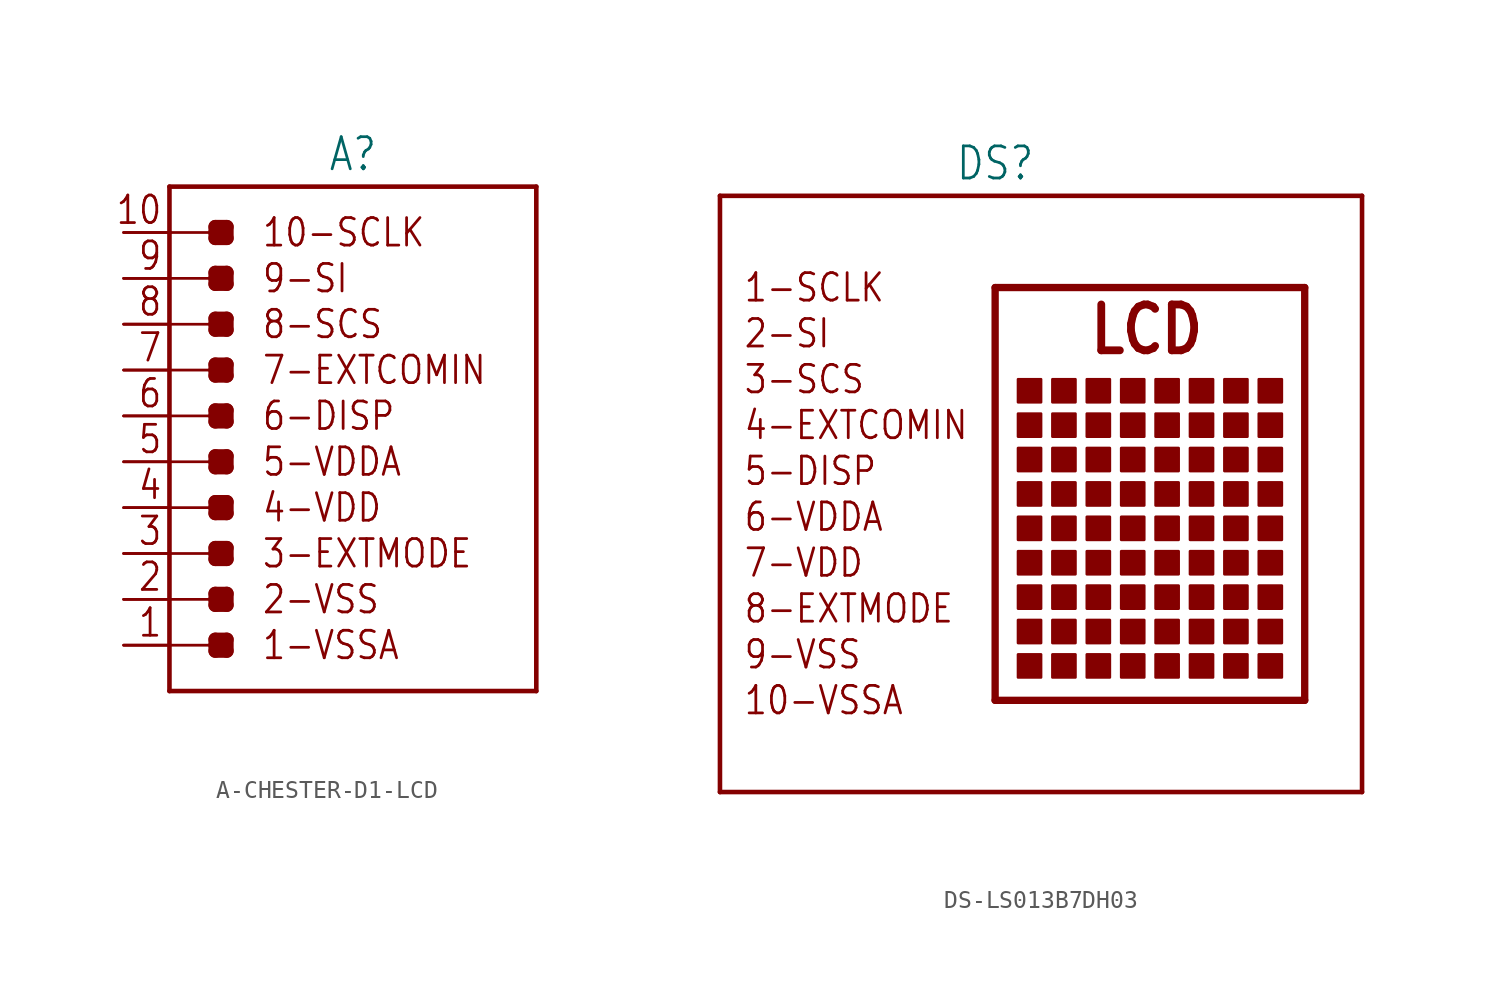
<source format=kicad_sym>
(kicad_symbol_lib
  (version 20231120)
  (generator "kicad_symbol_editor")
  (generator_version "8.0")
  (symbol "A-CHESTER-D1-LCD"
    (property "Reference" "A"
      (at 0 13.462 0)
      (effects (font (size 1.778 1.511)) (justify bottom)))
    (property "Value" ""
      (at 0 -16.002 0)
      (effects (font (size 1.778 1.511)) (justify top)))
    (property "ki_locked" ""
      (at 0 0 0)
      (effects (font (size 1.27 1.27))))
    (symbol "A-CHESTER-D1-LCD_1_0"
      (polyline (pts (xy -10.16 -12.7) (xy -7.62 -12.7)) (stroke (width 0.152) (type solid)) (fill (type none)))
      (polyline (pts (xy -10.16 -10.16) (xy -7.62 -10.16)) (stroke (width 0.152) (type solid)) (fill (type none)))
      (polyline (pts (xy -10.16 -7.62) (xy -7.62 -7.62)) (stroke (width 0.152) (type solid)) (fill (type none)))
      (polyline (pts (xy -10.16 -5.08) (xy -7.62 -5.08)) (stroke (width 0.152) (type solid)) (fill (type none)))
      (polyline (pts (xy -10.16 -2.54) (xy -7.62 -2.54)) (stroke (width 0.152) (type solid)) (fill (type none)))
      (polyline (pts (xy -10.16 0) (xy -7.62 0)) (stroke (width 0.152) (type solid)) (fill (type none)))
      (polyline (pts (xy -10.16 2.54) (xy -7.62 2.54)) (stroke (width 0.152) (type solid)) (fill (type none)))
      (polyline (pts (xy -10.16 5.08) (xy -7.62 5.08)) (stroke (width 0.152) (type solid)) (fill (type none)))
      (polyline (pts (xy -10.16 7.62) (xy -7.62 7.62)) (stroke (width 0.152) (type solid)) (fill (type none)))
      (polyline (pts (xy -10.16 10.16) (xy -10.16 -15.24)) (stroke (width 0.254) (type solid)) (fill (type none)))
      (polyline (pts (xy -10.16 10.16) (xy -7.62 10.16)) (stroke (width 0.152) (type solid)) (fill (type none)))
      (polyline (pts (xy -10.16 12.7) (xy -10.16 10.16)) (stroke (width 0.254) (type solid)) (fill (type none)))
      (polyline (pts (xy -10.16 12.7) (xy 10.16 12.7)) (stroke (width 0.254) (type solid)) (fill (type none)))
      (polyline (pts (xy -7.62 -13.018) (xy -6.985 -13.018)) (stroke (width 0.762) (type solid)) (fill (type none)))
      (polyline (pts (xy -7.62 -12.7) (xy -7.62 -13.018)) (stroke (width 0.762) (type solid)) (fill (type none)))
      (polyline (pts (xy -7.62 -12.383) (xy -7.62 -12.7)) (stroke (width 0.762) (type solid)) (fill (type none)))
      (polyline (pts (xy -7.62 -12.383) (xy -6.985 -12.383)) (stroke (width 0.762) (type solid)) (fill (type none)))
      (polyline (pts (xy -7.62 -10.477) (xy -6.985 -10.477)) (stroke (width 0.762) (type solid)) (fill (type none)))
      (polyline (pts (xy -7.62 -10.16) (xy -7.62 -10.477)) (stroke (width 0.762) (type solid)) (fill (type none)))
      (polyline (pts (xy -7.62 -9.842) (xy -7.62 -10.16)) (stroke (width 0.762) (type solid)) (fill (type none)))
      (polyline (pts (xy -7.62 -9.842) (xy -6.985 -9.842)) (stroke (width 0.762) (type solid)) (fill (type none)))
      (polyline (pts (xy -7.62 -7.938) (xy -6.985 -7.938)) (stroke (width 0.762) (type solid)) (fill (type none)))
      (polyline (pts (xy -7.62 -7.62) (xy -7.62 -7.938)) (stroke (width 0.762) (type solid)) (fill (type none)))
      (polyline (pts (xy -7.62 -7.303) (xy -7.62 -7.62)) (stroke (width 0.762) (type solid)) (fill (type none)))
      (polyline (pts (xy -7.62 -7.303) (xy -6.985 -7.303)) (stroke (width 0.762) (type solid)) (fill (type none)))
      (polyline (pts (xy -7.62 -5.397) (xy -6.985 -5.397)) (stroke (width 0.762) (type solid)) (fill (type none)))
      (polyline (pts (xy -7.62 -5.08) (xy -7.62 -5.397)) (stroke (width 0.762) (type solid)) (fill (type none)))
      (polyline (pts (xy -7.62 -4.763) (xy -7.62 -5.08)) (stroke (width 0.762) (type solid)) (fill (type none)))
      (polyline (pts (xy -7.62 -4.763) (xy -6.985 -4.763)) (stroke (width 0.762) (type solid)) (fill (type none)))
      (polyline (pts (xy -7.62 -2.857) (xy -6.985 -2.857)) (stroke (width 0.762) (type solid)) (fill (type none)))
      (polyline (pts (xy -7.62 -2.54) (xy -7.62 -2.857)) (stroke (width 0.762) (type solid)) (fill (type none)))
      (polyline (pts (xy -7.62 -2.223) (xy -7.62 -2.54)) (stroke (width 0.762) (type solid)) (fill (type none)))
      (polyline (pts (xy -7.62 -2.223) (xy -6.985 -2.223)) (stroke (width 0.762) (type solid)) (fill (type none)))
      (polyline (pts (xy -7.62 -0.318) (xy -6.985 -0.318)) (stroke (width 0.762) (type solid)) (fill (type none)))
      (polyline (pts (xy -7.62 0) (xy -7.62 -0.318)) (stroke (width 0.762) (type solid)) (fill (type none)))
      (polyline (pts (xy -7.62 0.318) (xy -7.62 0)) (stroke (width 0.762) (type solid)) (fill (type none)))
      (polyline (pts (xy -7.62 0.318) (xy -6.985 0.318)) (stroke (width 0.762) (type solid)) (fill (type none)))
      (polyline (pts (xy -7.62 2.223) (xy -6.985 2.223)) (stroke (width 0.762) (type solid)) (fill (type none)))
      (polyline (pts (xy -7.62 2.54) (xy -7.62 2.223)) (stroke (width 0.762) (type solid)) (fill (type none)))
      (polyline (pts (xy -7.62 2.857) (xy -7.62 2.54)) (stroke (width 0.762) (type solid)) (fill (type none)))
      (polyline (pts (xy -7.62 2.857) (xy -6.985 2.857)) (stroke (width 0.762) (type solid)) (fill (type none)))
      (polyline (pts (xy -7.62 4.763) (xy -6.985 4.763)) (stroke (width 0.762) (type solid)) (fill (type none)))
      (polyline (pts (xy -7.62 5.08) (xy -7.62 4.763)) (stroke (width 0.762) (type solid)) (fill (type none)))
      (polyline (pts (xy -7.62 5.397) (xy -7.62 5.08)) (stroke (width 0.762) (type solid)) (fill (type none)))
      (polyline (pts (xy -7.62 5.397) (xy -6.985 5.397)) (stroke (width 0.762) (type solid)) (fill (type none)))
      (polyline (pts (xy -7.62 7.303) (xy -6.985 7.303)) (stroke (width 0.762) (type solid)) (fill (type none)))
      (polyline (pts (xy -7.62 7.62) (xy -7.62 7.303)) (stroke (width 0.762) (type solid)) (fill (type none)))
      (polyline (pts (xy -7.62 7.938) (xy -7.62 7.62)) (stroke (width 0.762) (type solid)) (fill (type none)))
      (polyline (pts (xy -7.62 7.938) (xy -6.985 7.938)) (stroke (width 0.762) (type solid)) (fill (type none)))
      (polyline (pts (xy -7.62 9.842) (xy -6.985 9.842)) (stroke (width 0.762) (type solid)) (fill (type none)))
      (polyline (pts (xy -7.62 10.16) (xy -7.62 9.842)) (stroke (width 0.762) (type solid)) (fill (type none)))
      (polyline (pts (xy -7.62 10.477) (xy -7.62 10.16)) (stroke (width 0.762) (type solid)) (fill (type none)))
      (polyline (pts (xy -7.62 10.477) (xy -6.985 10.477)) (stroke (width 0.762) (type solid)) (fill (type none)))
      (polyline (pts (xy -6.985 -13.018) (xy -6.985 -12.383)) (stroke (width 0.762) (type solid)) (fill (type none)))
      (polyline (pts (xy -6.985 -10.477) (xy -6.985 -9.842)) (stroke (width 0.762) (type solid)) (fill (type none)))
      (polyline (pts (xy -6.985 -7.938) (xy -6.985 -7.303)) (stroke (width 0.762) (type solid)) (fill (type none)))
      (polyline (pts (xy -6.985 -5.397) (xy -6.985 -4.763)) (stroke (width 0.762) (type solid)) (fill (type none)))
      (polyline (pts (xy -6.985 -2.857) (xy -6.985 -2.223)) (stroke (width 0.762) (type solid)) (fill (type none)))
      (polyline (pts (xy -6.985 -0.318) (xy -6.985 0.318)) (stroke (width 0.762) (type solid)) (fill (type none)))
      (polyline (pts (xy -6.985 2.223) (xy -6.985 2.857)) (stroke (width 0.762) (type solid)) (fill (type none)))
      (polyline (pts (xy -6.985 4.763) (xy -6.985 5.397)) (stroke (width 0.762) (type solid)) (fill (type none)))
      (polyline (pts (xy -6.985 7.303) (xy -6.985 7.938)) (stroke (width 0.762) (type solid)) (fill (type none)))
      (polyline (pts (xy -6.985 9.842) (xy -6.985 10.477)) (stroke (width 0.762) (type solid)) (fill (type none)))
      (polyline (pts (xy 10.16 -15.24) (xy -10.16 -15.24)) (stroke (width 0.254) (type solid)) (fill (type none)))
      (polyline (pts (xy 10.16 12.7) (xy 10.16 -15.24)) (stroke (width 0.254) (type solid)) (fill (type none)))
      (text "1" (at -10.516 -12.344 0) (effects (font (size 1.524 1.295)) (justify right bottom)))
      (text "1-VSSA" (at -5.08 -12.7 0) (effects (font (size 1.524 1.295)) (justify left)))
      (text "10" (at -10.516 10.516 0) (effects (font (size 1.524 1.295)) (justify right bottom)))
      (text "10-SCLK" (at -5.08 10.16 0) (effects (font (size 1.524 1.295)) (justify left)))
      (text "2" (at -10.516 -9.804 0) (effects (font (size 1.524 1.295)) (justify right bottom)))
      (text "2-VSS" (at -5.08 -10.16 0) (effects (font (size 1.524 1.295)) (justify left)))
      (text "3" (at -10.516 -7.264 0) (effects (font (size 1.524 1.295)) (justify right bottom)))
      (text "3-EXTMODE" (at -5.08 -7.62 0) (effects (font (size 1.524 1.295)) (justify left)))
      (text "4" (at -10.516 -4.724 0) (effects (font (size 1.524 1.295)) (justify right bottom)))
      (text "4-VDD" (at -5.08 -5.08 0) (effects (font (size 1.524 1.295)) (justify left)))
      (text "5" (at -10.516 -2.184 0) (effects (font (size 1.524 1.295)) (justify right bottom)))
      (text "5-VDDA" (at -5.08 -2.54 0) (effects (font (size 1.524 1.295)) (justify left)))
      (text "6" (at -10.516 0.356 0) (effects (font (size 1.524 1.295)) (justify right bottom)))
      (text "6-DISP" (at -5.08 0 0) (effects (font (size 1.524 1.295)) (justify left)))
      (text "7" (at -10.516 2.896 0) (effects (font (size 1.524 1.295)) (justify right bottom)))
      (text "7-EXTCOMIN" (at -5.08 2.54 0) (effects (font (size 1.524 1.295)) (justify left)))
      (text "8" (at -10.516 5.436 0) (effects (font (size 1.524 1.295)) (justify right bottom)))
      (text "8-SCS" (at -5.08 5.08 0) (effects (font (size 1.524 1.295)) (justify left)))
      (text "9" (at -10.516 7.976 0) (effects (font (size 1.524 1.295)) (justify right bottom)))
      (text "9-SI" (at -5.08 7.62 0) (effects (font (size 1.524 1.295)) (justify left)))
      (pin passive line (at -12.7 10.16 0) (length 2.54) (name "10" (effects (font (size 0 0)))) (number "10A" (effects (font (size 0 0)))))
      (pin passive line (at -12.7 10.16 0) (length 2.54) (name "10" (effects (font (size 0 0)))) (number "10B" (effects (font (size 0 0)))))
      (pin passive line (at -12.7 -12.7 0) (length 2.54) (name "1" (effects (font (size 0 0)))) (number "1A" (effects (font (size 0 0)))))
      (pin passive line (at -12.7 -12.7 0) (length 2.54) (name "1" (effects (font (size 0 0)))) (number "1B" (effects (font (size 0 0)))))
      (pin passive line (at -12.7 -10.16 0) (length 2.54) (name "2" (effects (font (size 0 0)))) (number "2A" (effects (font (size 0 0)))))
      (pin passive line (at -12.7 -10.16 0) (length 2.54) (name "2" (effects (font (size 0 0)))) (number "2B" (effects (font (size 0 0)))))
      (pin passive line (at -12.7 -7.62 0) (length 2.54) (name "3" (effects (font (size 0 0)))) (number "3A" (effects (font (size 0 0)))))
      (pin passive line (at -12.7 -7.62 0) (length 2.54) (name "3" (effects (font (size 0 0)))) (number "3B" (effects (font (size 0 0)))))
      (pin passive line (at -12.7 -5.08 0) (length 2.54) (name "4" (effects (font (size 0 0)))) (number "4A" (effects (font (size 0 0)))))
      (pin passive line (at -12.7 -5.08 0) (length 2.54) (name "4" (effects (font (size 0 0)))) (number "4B" (effects (font (size 0 0)))))
      (pin passive line (at -12.7 -2.54 0) (length 2.54) (name "5" (effects (font (size 0 0)))) (number "5A" (effects (font (size 0 0)))))
      (pin passive line (at -12.7 -2.54 0) (length 2.54) (name "5" (effects (font (size 0 0)))) (number "5B" (effects (font (size 0 0)))))
      (pin passive line (at -12.7 0 0) (length 2.54) (name "6" (effects (font (size 0 0)))) (number "6A" (effects (font (size 0 0)))))
      (pin passive line (at -12.7 0 0) (length 2.54) (name "6" (effects (font (size 0 0)))) (number "6B" (effects (font (size 0 0)))))
      (pin passive line (at -12.7 2.54 0) (length 2.54) (name "7" (effects (font (size 0 0)))) (number "7A" (effects (font (size 0 0)))))
      (pin passive line (at -12.7 2.54 0) (length 2.54) (name "7" (effects (font (size 0 0)))) (number "7B" (effects (font (size 0 0)))))
      (pin passive line (at -12.7 5.08 0) (length 2.54) (name "8" (effects (font (size 0 0)))) (number "8A" (effects (font (size 0 0)))))
      (pin passive line (at -12.7 5.08 0) (length 2.54) (name "8" (effects (font (size 0 0)))) (number "8B" (effects (font (size 0 0)))))
      (pin passive line (at -12.7 7.62 0) (length 2.54) (name "9" (effects (font (size 0 0)))) (number "9A" (effects (font (size 0 0)))))
      (pin passive line (at -12.7 7.62 0) (length 2.54) (name "9" (effects (font (size 0 0)))) (number "9B" (effects (font (size 0 0)))))))
  (symbol "DS-LS013B7DH03"
    (property "Reference" "DS"
      (at 0 18.542 0)
      (effects (font (size 1.778 1.511)) (justify bottom)))
    (property "Value" ""
      (at 0 -16.002 0)
      (effects (font (size 1.778 1.511)) (justify top)))
    (property "ki_locked" ""
      (at 0 0 0)
      (effects (font (size 1.27 1.27))))
    (symbol "DS-LS013B7DH03_1_0"
      (polyline (pts (xy -15.24 -15.24) (xy -15.24 17.78)) (stroke (width 0.254) (type solid)) (fill (type none)))
      (polyline (pts (xy -15.24 17.78) (xy 20.32 17.78)) (stroke (width 0.254) (type solid)) (fill (type none)))
      (polyline (pts (xy 0 -10.16) (xy 17.145 -10.16)) (stroke (width 0.406) (type solid)) (fill (type none)))
      (polyline (pts (xy 0 12.7) (xy 0 -10.16)) (stroke (width 0.406) (type solid)) (fill (type none)))
      (polyline (pts (xy 17.145 -10.16) (xy 17.145 12.7)) (stroke (width 0.406) (type solid)) (fill (type none)))
      (polyline (pts (xy 17.145 12.7) (xy 0 12.7)) (stroke (width 0.406) (type solid)) (fill (type none)))
      (polyline (pts (xy 20.32 -15.24) (xy -15.24 -15.24)) (stroke (width 0.254) (type solid)) (fill (type none)))
      (polyline (pts (xy 20.32 17.78) (xy 20.32 -15.24)) (stroke (width 0.254) (type solid)) (fill (type none)))
      (rectangle (start 1.27 -8.89) (end 2.54 -7.62) (stroke (width 0) (type default)) (fill (type outline)))
      (rectangle (start 1.27 -6.985) (end 2.54 -5.715) (stroke (width 0) (type default)) (fill (type outline)))
      (rectangle (start 1.27 -5.08) (end 2.54 -3.81) (stroke (width 0) (type default)) (fill (type outline)))
      (rectangle (start 1.27 -3.175) (end 2.54 -1.905) (stroke (width 0) (type default)) (fill (type outline)))
      (rectangle (start 1.27 -1.27) (end 2.54 0) (stroke (width 0) (type default)) (fill (type outline)))
      (rectangle (start 1.27 0.635) (end 2.54 1.905) (stroke (width 0) (type default)) (fill (type outline)))
      (rectangle (start 1.27 2.54) (end 2.54 3.81) (stroke (width 0) (type default)) (fill (type outline)))
      (rectangle (start 1.27 4.445) (end 2.54 5.715) (stroke (width 0) (type default)) (fill (type outline)))
      (rectangle (start 1.27 6.35) (end 2.54 7.62) (stroke (width 0) (type default)) (fill (type outline)))
      (rectangle (start 3.175 -8.89) (end 4.445 -7.62) (stroke (width 0) (type default)) (fill (type outline)))
      (rectangle (start 3.175 -6.985) (end 4.445 -5.715) (stroke (width 0) (type default)) (fill (type outline)))
      (rectangle (start 3.175 -5.08) (end 4.445 -3.81) (stroke (width 0) (type default)) (fill (type outline)))
      (rectangle (start 3.175 -3.175) (end 4.445 -1.905) (stroke (width 0) (type default)) (fill (type outline)))
      (rectangle (start 3.175 -1.27) (end 4.445 0) (stroke (width 0) (type default)) (fill (type outline)))
      (rectangle (start 3.175 0.635) (end 4.445 1.905) (stroke (width 0) (type default)) (fill (type outline)))
      (rectangle (start 3.175 2.54) (end 4.445 3.81) (stroke (width 0) (type default)) (fill (type outline)))
      (rectangle (start 3.175 4.445) (end 4.445 5.715) (stroke (width 0) (type default)) (fill (type outline)))
      (rectangle (start 3.175 6.35) (end 4.445 7.62) (stroke (width 0) (type default)) (fill (type outline)))
      (rectangle (start 5.08 -8.89) (end 6.35 -7.62) (stroke (width 0) (type default)) (fill (type outline)))
      (rectangle (start 5.08 -6.985) (end 6.35 -5.715) (stroke (width 0) (type default)) (fill (type outline)))
      (rectangle (start 5.08 -5.08) (end 6.35 -3.81) (stroke (width 0) (type default)) (fill (type outline)))
      (rectangle (start 5.08 -3.175) (end 6.35 -1.905) (stroke (width 0) (type default)) (fill (type outline)))
      (rectangle (start 5.08 -1.27) (end 6.35 0) (stroke (width 0) (type default)) (fill (type outline)))
      (rectangle (start 5.08 0.635) (end 6.35 1.905) (stroke (width 0) (type default)) (fill (type outline)))
      (rectangle (start 5.08 2.54) (end 6.35 3.81) (stroke (width 0) (type default)) (fill (type outline)))
      (rectangle (start 5.08 4.445) (end 6.35 5.715) (stroke (width 0) (type default)) (fill (type outline)))
      (rectangle (start 5.08 6.35) (end 6.35 7.62) (stroke (width 0) (type default)) (fill (type outline)))
      (rectangle (start 6.985 -8.89) (end 8.255 -7.62) (stroke (width 0) (type default)) (fill (type outline)))
      (rectangle (start 6.985 -6.985) (end 8.255 -5.715) (stroke (width 0) (type default)) (fill (type outline)))
      (rectangle (start 6.985 -5.08) (end 8.255 -3.81) (stroke (width 0) (type default)) (fill (type outline)))
      (rectangle (start 6.985 -3.175) (end 8.255 -1.905) (stroke (width 0) (type default)) (fill (type outline)))
      (rectangle (start 6.985 -1.27) (end 8.255 0) (stroke (width 0) (type default)) (fill (type outline)))
      (rectangle (start 6.985 0.635) (end 8.255 1.905) (stroke (width 0) (type default)) (fill (type outline)))
      (rectangle (start 6.985 2.54) (end 8.255 3.81) (stroke (width 0) (type default)) (fill (type outline)))
      (rectangle (start 6.985 4.445) (end 8.255 5.715) (stroke (width 0) (type default)) (fill (type outline)))
      (rectangle (start 6.985 6.35) (end 8.255 7.62) (stroke (width 0) (type default)) (fill (type outline)))
      (rectangle (start 8.89 -8.89) (end 10.16 -7.62) (stroke (width 0) (type default)) (fill (type outline)))
      (rectangle (start 8.89 -6.985) (end 10.16 -5.715) (stroke (width 0) (type default)) (fill (type outline)))
      (rectangle (start 8.89 -5.08) (end 10.16 -3.81) (stroke (width 0) (type default)) (fill (type outline)))
      (rectangle (start 8.89 -3.175) (end 10.16 -1.905) (stroke (width 0) (type default)) (fill (type outline)))
      (rectangle (start 8.89 -1.27) (end 10.16 0) (stroke (width 0) (type default)) (fill (type outline)))
      (rectangle (start 8.89 0.635) (end 10.16 1.905) (stroke (width 0) (type default)) (fill (type outline)))
      (rectangle (start 8.89 2.54) (end 10.16 3.81) (stroke (width 0) (type default)) (fill (type outline)))
      (rectangle (start 8.89 5.715) (end 10.16 4.445) (stroke (width 0) (type default)) (fill (type outline)))
      (rectangle (start 8.89 7.62) (end 10.16 6.35) (stroke (width 0) (type default)) (fill (type outline)))
      (rectangle (start 10.795 -8.89) (end 12.065 -7.62) (stroke (width 0) (type default)) (fill (type outline)))
      (rectangle (start 10.795 -6.985) (end 12.065 -5.715) (stroke (width 0) (type default)) (fill (type outline)))
      (rectangle (start 10.795 -5.08) (end 12.065 -3.81) (stroke (width 0) (type default)) (fill (type outline)))
      (rectangle (start 10.795 -3.175) (end 12.065 -1.905) (stroke (width 0) (type default)) (fill (type outline)))
      (rectangle (start 10.795 -1.27) (end 12.065 0) (stroke (width 0) (type default)) (fill (type outline)))
      (rectangle (start 10.795 0.635) (end 12.065 1.905) (stroke (width 0) (type default)) (fill (type outline)))
      (rectangle (start 10.795 2.54) (end 12.065 3.81) (stroke (width 0) (type default)) (fill (type outline)))
      (rectangle (start 10.795 5.715) (end 12.065 4.445) (stroke (width 0) (type default)) (fill (type outline)))
      (rectangle (start 10.795 7.62) (end 12.065 6.35) (stroke (width 0) (type default)) (fill (type outline)))
      (rectangle (start 12.7 -8.89) (end 13.97 -7.62) (stroke (width 0) (type default)) (fill (type outline)))
      (rectangle (start 12.7 -6.985) (end 13.97 -5.715) (stroke (width 0) (type default)) (fill (type outline)))
      (rectangle (start 12.7 -5.08) (end 13.97 -3.81) (stroke (width 0) (type default)) (fill (type outline)))
      (rectangle (start 12.7 -3.175) (end 13.97 -1.905) (stroke (width 0) (type default)) (fill (type outline)))
      (rectangle (start 12.7 -1.27) (end 13.97 0) (stroke (width 0) (type default)) (fill (type outline)))
      (rectangle (start 12.7 0.635) (end 13.97 1.905) (stroke (width 0) (type default)) (fill (type outline)))
      (rectangle (start 12.7 2.54) (end 13.97 3.81) (stroke (width 0) (type default)) (fill (type outline)))
      (rectangle (start 12.7 5.715) (end 13.97 4.445) (stroke (width 0) (type default)) (fill (type outline)))
      (rectangle (start 12.7 7.62) (end 13.97 6.35) (stroke (width 0) (type default)) (fill (type outline)))
      (rectangle (start 14.605 -8.89) (end 15.875 -7.62) (stroke (width 0) (type default)) (fill (type outline)))
      (rectangle (start 14.605 -6.985) (end 15.875 -5.715) (stroke (width 0) (type default)) (fill (type outline)))
      (rectangle (start 14.605 -5.08) (end 15.875 -3.81) (stroke (width 0) (type default)) (fill (type outline)))
      (rectangle (start 14.605 -3.175) (end 15.875 -1.905) (stroke (width 0) (type default)) (fill (type outline)))
      (rectangle (start 14.605 -1.27) (end 15.875 0) (stroke (width 0) (type default)) (fill (type outline)))
      (rectangle (start 14.605 0.635) (end 15.875 1.905) (stroke (width 0) (type default)) (fill (type outline)))
      (rectangle (start 14.605 2.54) (end 15.875 3.81) (stroke (width 0) (type default)) (fill (type outline)))
      (rectangle (start 14.605 5.715) (end 15.875 4.445) (stroke (width 0) (type default)) (fill (type outline)))
      (rectangle (start 14.605 7.62) (end 15.875 6.35) (stroke (width 0) (type default)) (fill (type outline)))
      (text "1-SCLK" (at -13.97 12.7 0) (effects (font (size 1.524 1.295)) (justify left)))
      (text "10-VSSA" (at -13.97 -10.16 0) (effects (font (size 1.524 1.295)) (justify left)))
      (text "2-SI" (at -13.97 10.16 0) (effects (font (size 1.524 1.295)) (justify left)))
      (text "3-SCS" (at -13.97 7.62 0) (effects (font (size 1.524 1.295)) (justify left)))
      (text "4-EXTCOMIN" (at -13.97 5.08 0) (effects (font (size 1.524 1.295)) (justify left)))
      (text "5-DISP" (at -13.97 2.54 0) (effects (font (size 1.524 1.295)) (justify left)))
      (text "6-VDDA" (at -13.97 0 0) (effects (font (size 1.524 1.295)) (justify left)))
      (text "7-VDD" (at -13.97 -2.54 0) (effects (font (size 1.524 1.295)) (justify left)))
      (text "8-EXTMODE" (at -13.97 -5.08 0) (effects (font (size 1.524 1.295)) (justify left)))
      (text "9-VSS" (at -13.97 -7.62 0) (effects (font (size 1.524 1.295)) (justify left)))
      (text "LCD" (at 5.08 8.89 0) (effects (font (size 2.54 2.159) (thickness 0.432) (bold yes)) (justify left bottom))))))
</source>
